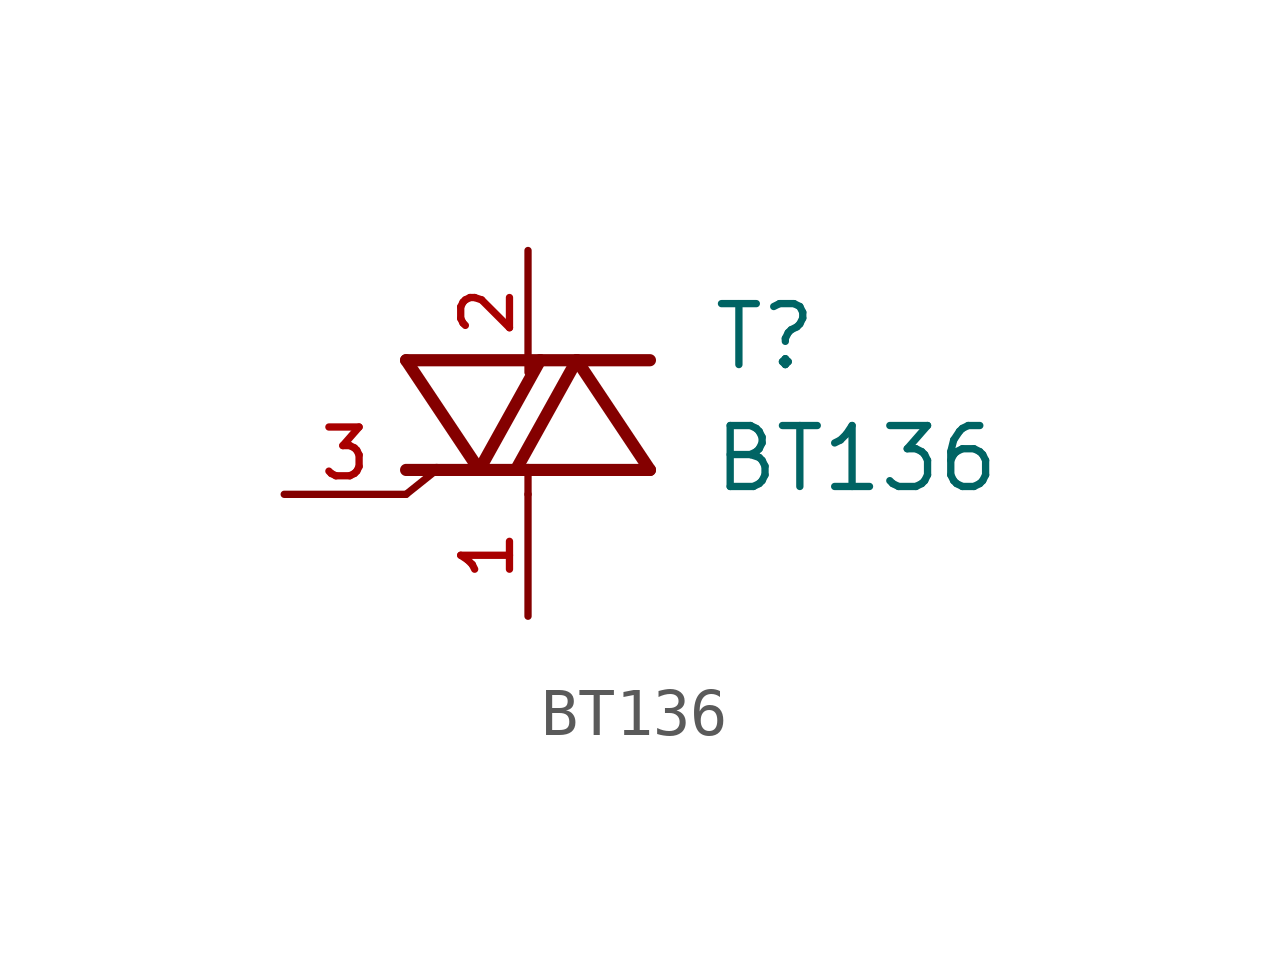
<source format=kicad_sym>
(kicad_symbol_lib
  (version 20211014)
  (generator kicad_symbol_editor)
  (symbol "BT136"
    (pin_names
      (offset 1.016))
    (property "Reference" "T"
      (at 3.81 2.54 0)
      (effects (font (size 1.27 1.27)) (justify bottom left)))
    (property "Value" "BT136"
      (at 3.81 0.0 0)
      (effects (font (size 1.27 1.27)) (justify bottom left)))
    (symbol "BT136_0_0"
      (polyline (pts (xy -2.54 2.794) (xy -1.016 0.508)) (stroke (width 0.254)))
      (polyline (pts (xy -1.016 0.508) (xy 0.254 2.794)) (stroke (width 0.254)))
      (polyline (pts (xy 0.254 2.794) (xy -2.54 2.794)) (stroke (width 0.254)))
      (polyline (pts (xy 1.016 2.794) (xy 0.254 2.794)) (stroke (width 0.254)))
      (polyline (pts (xy -0.254 0.508) (xy 1.016 2.794)) (stroke (width 0.254)))
      (polyline (pts (xy 1.016 2.794) (xy 2.54 0.508)) (stroke (width 0.254)))
      (polyline (pts (xy 2.54 0.508) (xy 0.0 0.508)) (stroke (width 0.254)))
      (polyline (pts (xy 0.0 0.508) (xy -0.254 0.508)) (stroke (width 0.254)))
      (polyline (pts (xy 1.016 2.794) (xy 2.54 2.794)) (stroke (width 0.254)))
      (polyline (pts (xy -1.905 0.508) (xy -2.54 0.0)) (stroke (width 0.152)))
      (polyline (pts (xy -1.016 0.508) (xy -1.905 0.508)) (stroke (width 0.254)))
      (polyline (pts (xy -1.905 0.508) (xy -2.54 0.508)) (stroke (width 0.254)))
      (polyline (pts (xy -1.016 0.508) (xy -0.254 0.508)) (stroke (width 0.254)))
      (polyline (pts (xy 0.0 0.0) (xy 0.0 0.508)) (stroke (width 0.152)))
      (pin passive line (at 0.0 5.08 270.0) (length 2.54) (name "~" (effects (font (size 1.016 1.016)))) (number "2" (effects (font (size 1.016 1.016)))))
      (pin passive line (at 0.0 -2.54 90.0) (length 2.54) (name "~" (effects (font (size 1.016 1.016)))) (number "1" (effects (font (size 1.016 1.016)))))
      (pin passive line (at -5.08 0.0 0) (length 2.54) (name "~" (effects (font (size 1.016 1.016)))) (number "3" (effects (font (size 1.016 1.016))))))))
</source>
